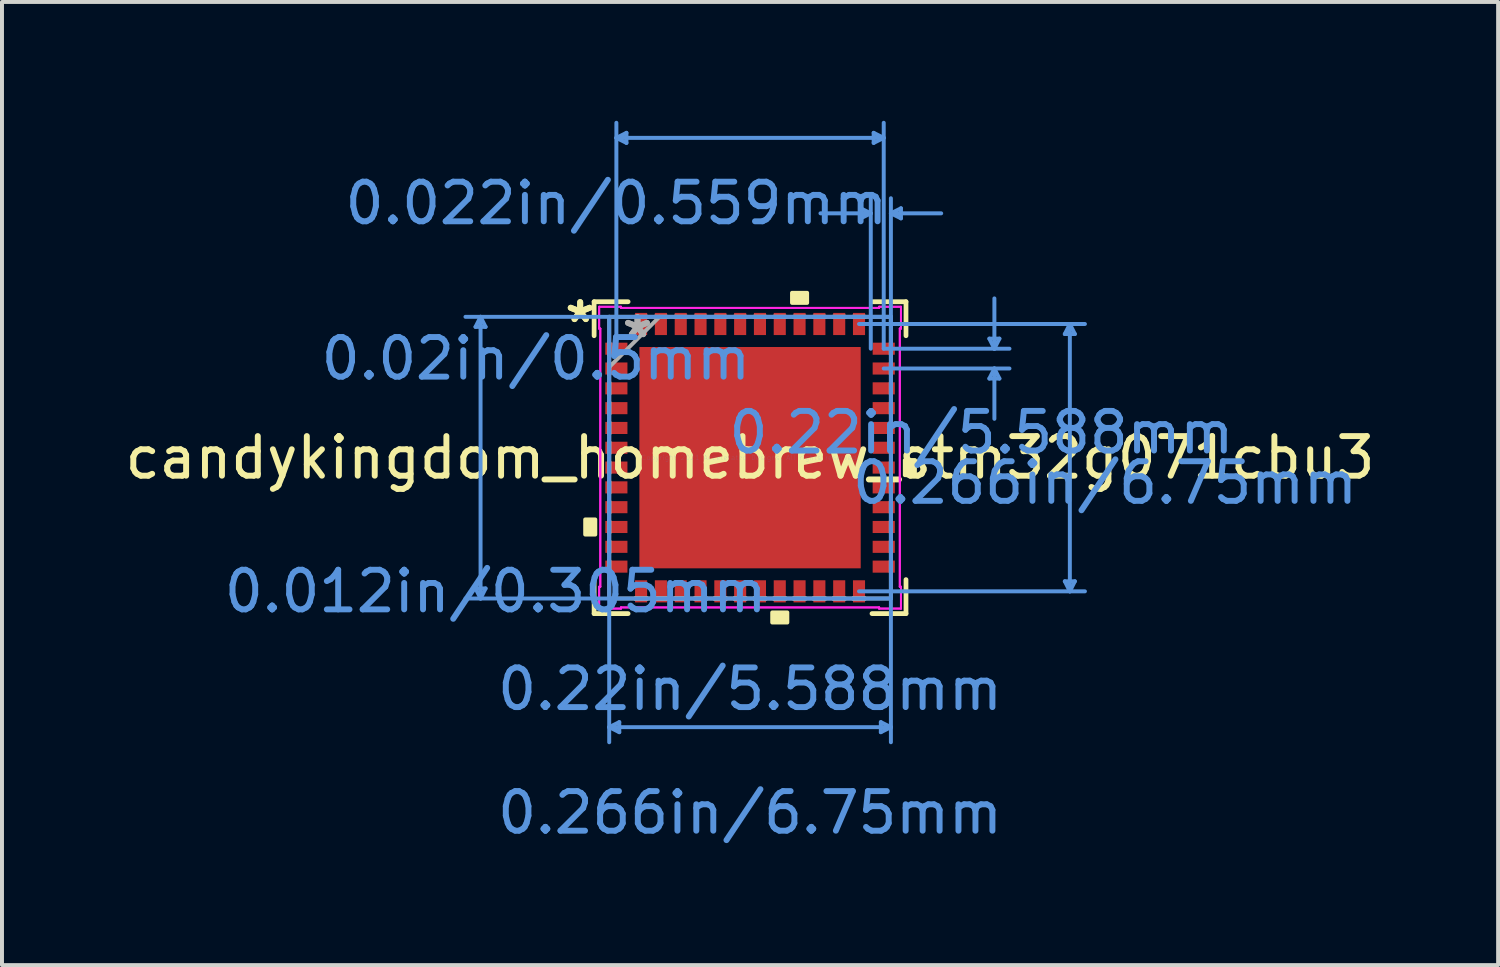
<source format=kicad_pcb>
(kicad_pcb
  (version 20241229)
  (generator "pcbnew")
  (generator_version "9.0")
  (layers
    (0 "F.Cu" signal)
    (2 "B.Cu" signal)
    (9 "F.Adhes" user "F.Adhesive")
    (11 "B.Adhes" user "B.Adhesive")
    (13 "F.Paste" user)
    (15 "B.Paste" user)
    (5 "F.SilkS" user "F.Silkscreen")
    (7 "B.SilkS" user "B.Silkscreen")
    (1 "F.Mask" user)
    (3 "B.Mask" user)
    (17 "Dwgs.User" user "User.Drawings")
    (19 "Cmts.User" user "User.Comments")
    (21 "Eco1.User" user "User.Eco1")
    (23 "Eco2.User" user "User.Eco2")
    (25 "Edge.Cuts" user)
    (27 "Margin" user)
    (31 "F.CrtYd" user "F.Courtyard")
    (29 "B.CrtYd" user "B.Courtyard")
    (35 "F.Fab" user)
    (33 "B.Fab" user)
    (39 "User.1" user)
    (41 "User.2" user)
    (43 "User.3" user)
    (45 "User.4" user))
  (footprint "candykingdom_homebrew_stm32g071cbu3"
    (layer "F.Cu")
    (at 15.887 8.505)
    (property "Reference" "candykingdom_homebrew_stm32g071cbu3" (at 0 0 0) (layer "F.SilkS") (effects (font (size 1 1) (thickness 0.15))))
    (attr through_hole)
    (fp_poly (pts (xy -3.654 -2.903) (xy -3.654 -2.598) (xy -3.096 -2.598) (xy -3.096 -2.903)) (stroke (width 0.1) (type solid)) (fill yes) (layer "F.Mask"))
    (fp_poly (pts (xy -3.654 -2.403) (xy -3.654 -2.098) (xy -3.096 -2.098) (xy -3.096 -2.403)) (stroke (width 0.1) (type solid)) (fill yes) (layer "F.Mask"))
    (fp_poly (pts (xy -3.654 -1.903) (xy -3.654 -1.598) (xy -3.096 -1.598) (xy -3.096 -1.903)) (stroke (width 0.1) (type solid)) (fill yes) (layer "F.Mask"))
    (fp_poly (pts (xy -3.654 -1.403) (xy -3.654 -1.098) (xy -3.096 -1.098) (xy -3.096 -1.403)) (stroke (width 0.1) (type solid)) (fill yes) (layer "F.Mask"))
    (fp_poly (pts (xy -3.654 -0.903) (xy -3.654 -0.598) (xy -3.096 -0.598) (xy -3.096 -0.903)) (stroke (width 0.1) (type solid)) (fill yes) (layer "F.Mask"))
    (fp_poly (pts (xy -3.654 -0.402) (xy -3.654 -0.098) (xy -3.096 -0.098) (xy -3.096 -0.402)) (stroke (width 0.1) (type solid)) (fill yes) (layer "F.Mask"))
    (fp_poly (pts (xy -3.654 0.098) (xy -3.654 0.402) (xy -3.096 0.402) (xy -3.096 0.098)) (stroke (width 0.1) (type solid)) (fill yes) (layer "F.Mask"))
    (fp_poly (pts (xy -3.654 0.598) (xy -3.654 0.903) (xy -3.096 0.903) (xy -3.096 0.598)) (stroke (width 0.1) (type solid)) (fill yes) (layer "F.Mask"))
    (fp_poly (pts (xy -3.654 1.098) (xy -3.654 1.403) (xy -3.096 1.403) (xy -3.096 1.098)) (stroke (width 0.1) (type solid)) (fill yes) (layer "F.Mask"))
    (fp_poly (pts (xy -3.654 1.598) (xy -3.654 1.903) (xy -3.096 1.903) (xy -3.096 1.598)) (stroke (width 0.1) (type solid)) (fill yes) (layer "F.Mask"))
    (fp_poly (pts (xy -3.654 2.098) (xy -3.654 2.403) (xy -3.096 2.403) (xy -3.096 2.098)) (stroke (width 0.1) (type solid)) (fill yes) (layer "F.Mask"))
    (fp_poly (pts (xy -3.654 2.598) (xy -3.654 2.903) (xy -3.096 2.903) (xy -3.096 2.598)) (stroke (width 0.1) (type solid)) (fill yes) (layer "F.Mask"))
    (fp_poly (pts (xy -2.903 -3.654) (xy -2.903 -3.096) (xy -2.598 -3.096) (xy -2.598 -3.654)) (stroke (width 0.1) (type solid)) (fill yes) (layer "F.Mask"))
    (fp_poly (pts (xy -2.903 3.096) (xy -2.903 3.654) (xy -2.598 3.654) (xy -2.598 3.096)) (stroke (width 0.1) (type solid)) (fill yes) (layer "F.Mask"))
    (fp_poly (pts (xy -2.403 -3.654) (xy -2.403 -3.096) (xy -2.098 -3.096) (xy -2.098 -3.654)) (stroke (width 0.1) (type solid)) (fill yes) (layer "F.Mask"))
    (fp_poly (pts (xy -2.403 3.096) (xy -2.403 3.654) (xy -2.098 3.654) (xy -2.098 3.096)) (stroke (width 0.1) (type solid)) (fill yes) (layer "F.Mask"))
    (fp_poly (pts (xy -1.903 -3.654) (xy -1.903 -3.096) (xy -1.598 -3.096) (xy -1.598 -3.654)) (stroke (width 0.1) (type solid)) (fill yes) (layer "F.Mask"))
    (fp_poly (pts (xy -1.903 3.096) (xy -1.903 3.654) (xy -1.598 3.654) (xy -1.598 3.096)) (stroke (width 0.1) (type solid)) (fill yes) (layer "F.Mask"))
    (fp_poly (pts (xy -1.403 -3.654) (xy -1.403 -3.096) (xy -1.098 -3.096) (xy -1.098 -3.654)) (stroke (width 0.1) (type solid)) (fill yes) (layer "F.Mask"))
    (fp_poly (pts (xy -1.403 3.096) (xy -1.403 3.654) (xy -1.098 3.654) (xy -1.098 3.096)) (stroke (width 0.1) (type solid)) (fill yes) (layer "F.Mask"))
    (fp_poly (pts (xy -0.903 -3.654) (xy -0.903 -3.096) (xy -0.598 -3.096) (xy -0.598 -3.654)) (stroke (width 0.1) (type solid)) (fill yes) (layer "F.Mask"))
    (fp_poly (pts (xy -0.903 3.096) (xy -0.903 3.654) (xy -0.598 3.654) (xy -0.598 3.096)) (stroke (width 0.1) (type solid)) (fill yes) (layer "F.Mask"))
    (fp_poly (pts (xy -0.402 -3.654) (xy -0.402 -3.096) (xy -0.098 -3.096) (xy -0.098 -3.654)) (stroke (width 0.1) (type solid)) (fill yes) (layer "F.Mask"))
    (fp_poly (pts (xy -0.402 3.096) (xy -0.402 3.654) (xy -0.098 3.654) (xy -0.098 3.096)) (stroke (width 0.1) (type solid)) (fill yes) (layer "F.Mask"))
    (fp_poly (pts (xy 0.098 -3.654) (xy 0.098 -3.096) (xy 0.402 -3.096) (xy 0.402 -3.654)) (stroke (width 0.1) (type solid)) (fill yes) (layer "F.Mask"))
    (fp_poly (pts (xy 0.098 3.096) (xy 0.098 3.654) (xy 0.402 3.654) (xy 0.402 3.096)) (stroke (width 0.1) (type solid)) (fill yes) (layer "F.Mask"))
    (fp_poly (pts (xy 0.598 -3.654) (xy 0.598 -3.096) (xy 0.903 -3.096) (xy 0.903 -3.654)) (stroke (width 0.1) (type solid)) (fill yes) (layer "F.Mask"))
    (fp_poly (pts (xy 0.598 3.096) (xy 0.598 3.654) (xy 0.903 3.654) (xy 0.903 3.096)) (stroke (width 0.1) (type solid)) (fill yes) (layer "F.Mask"))
    (fp_poly (pts (xy 1.098 -3.654) (xy 1.098 -3.096) (xy 1.403 -3.096) (xy 1.403 -3.654)) (stroke (width 0.1) (type solid)) (fill yes) (layer "F.Mask"))
    (fp_poly (pts (xy 1.098 3.096) (xy 1.098 3.654) (xy 1.403 3.654) (xy 1.403 3.096)) (stroke (width 0.1) (type solid)) (fill yes) (layer "F.Mask"))
    (fp_poly (pts (xy 1.598 -3.654) (xy 1.598 -3.096) (xy 1.903 -3.096) (xy 1.903 -3.654)) (stroke (width 0.1) (type solid)) (fill yes) (layer "F.Mask"))
    (fp_poly (pts (xy 1.598 3.096) (xy 1.598 3.654) (xy 1.903 3.654) (xy 1.903 3.096)) (stroke (width 0.1) (type solid)) (fill yes) (layer "F.Mask"))
    (fp_poly (pts (xy 2.098 -3.654) (xy 2.098 -3.096) (xy 2.403 -3.096) (xy 2.403 -3.654)) (stroke (width 0.1) (type solid)) (fill yes) (layer "F.Mask"))
    (fp_poly (pts (xy 2.098 3.096) (xy 2.098 3.654) (xy 2.403 3.654) (xy 2.403 3.096)) (stroke (width 0.1) (type solid)) (fill yes) (layer "F.Mask"))
    (fp_poly (pts (xy 2.598 -3.654) (xy 2.598 -3.096) (xy 2.903 -3.096) (xy 2.903 -3.654)) (stroke (width 0.1) (type solid)) (fill yes) (layer "F.Mask"))
    (fp_poly (pts (xy 2.598 3.096) (xy 2.598 3.654) (xy 2.903 3.654) (xy 2.903 3.096)) (stroke (width 0.1) (type solid)) (fill yes) (layer "F.Mask"))
    (fp_poly (pts (xy 3.096 -2.903) (xy 3.096 -2.598) (xy 3.654 -2.598) (xy 3.654 -2.903)) (stroke (width 0.1) (type solid)) (fill yes) (layer "F.Mask"))
    (fp_poly (pts (xy 3.096 -2.403) (xy 3.096 -2.098) (xy 3.654 -2.098) (xy 3.654 -2.403)) (stroke (width 0.1) (type solid)) (fill yes) (layer "F.Mask"))
    (fp_poly (pts (xy 3.096 -1.903) (xy 3.096 -1.598) (xy 3.654 -1.598) (xy 3.654 -1.903)) (stroke (width 0.1) (type solid)) (fill yes) (layer "F.Mask"))
    (fp_poly (pts (xy 3.096 -1.403) (xy 3.096 -1.098) (xy 3.654 -1.098) (xy 3.654 -1.403)) (stroke (width 0.1) (type solid)) (fill yes) (layer "F.Mask"))
    (fp_poly (pts (xy 3.096 -0.903) (xy 3.096 -0.598) (xy 3.654 -0.598) (xy 3.654 -0.903)) (stroke (width 0.1) (type solid)) (fill yes) (layer "F.Mask"))
    (fp_poly (pts (xy 3.096 -0.402) (xy 3.096 -0.098) (xy 3.654 -0.098) (xy 3.654 -0.402)) (stroke (width 0.1) (type solid)) (fill yes) (layer "F.Mask"))
    (fp_poly (pts (xy 3.096 0.098) (xy 3.096 0.402) (xy 3.654 0.402) (xy 3.654 0.098)) (stroke (width 0.1) (type solid)) (fill yes) (layer "F.Mask"))
    (fp_poly (pts (xy 3.096 0.598) (xy 3.096 0.903) (xy 3.654 0.903) (xy 3.654 0.598)) (stroke (width 0.1) (type solid)) (fill yes) (layer "F.Mask"))
    (fp_poly (pts (xy 3.096 1.098) (xy 3.096 1.403) (xy 3.654 1.403) (xy 3.654 1.098)) (stroke (width 0.1) (type solid)) (fill yes) (layer "F.Mask"))
    (fp_poly (pts (xy 3.096 1.598) (xy 3.096 1.903) (xy 3.654 1.903) (xy 3.654 1.598)) (stroke (width 0.1) (type solid)) (fill yes) (layer "F.Mask"))
    (fp_poly (pts (xy 3.096 2.098) (xy 3.096 2.403) (xy 3.654 2.403) (xy 3.654 2.098)) (stroke (width 0.1) (type solid)) (fill yes) (layer "F.Mask"))
    (fp_poly (pts (xy 3.096 2.598) (xy 3.096 2.903) (xy 3.654 2.903) (xy 3.654 2.598)) (stroke (width 0.1) (type solid)) (fill yes) (layer "F.Mask"))
    (fp_line (start -3.937 -3.937) (end -3.937 -3.079) (stroke (width 0.12) (type solid)) (layer "F.SilkS"))
    (fp_line (start -3.937 3.079) (end -3.937 3.937) (stroke (width 0.12) (type solid)) (layer "F.SilkS"))
    (fp_line (start -3.937 3.937) (end -3.079 3.937) (stroke (width 0.12) (type solid)) (layer "F.SilkS"))
    (fp_line (start -3.079 -3.937) (end -3.937 -3.937) (stroke (width 0.12) (type solid)) (layer "F.SilkS"))
    (fp_line (start 3.079 3.937) (end 3.937 3.937) (stroke (width 0.12) (type solid)) (layer "F.SilkS"))
    (fp_line (start 3.937 -3.937) (end 3.079 -3.937) (stroke (width 0.12) (type solid)) (layer "F.SilkS"))
    (fp_line (start 3.937 -3.079) (end 3.937 -3.937) (stroke (width 0.12) (type solid)) (layer "F.SilkS"))
    (fp_line (start 3.937 3.937) (end 3.937 3.079) (stroke (width 0.12) (type solid)) (layer "F.SilkS"))
    (fp_poly (pts (xy -4.162 1.56) (xy -4.162 1.941) (xy -3.908 1.941) (xy -3.908 1.56)) (stroke (width 0.1) (type solid)) (fill yes) (layer "F.SilkS"))
    (fp_poly (pts (xy 0.56 3.908) (xy 0.56 4.162) (xy 0.941 4.162) (xy 0.941 3.908)) (stroke (width 0.1) (type solid)) (fill yes) (layer "F.SilkS"))
    (fp_poly (pts (xy 1.06 -3.908) (xy 1.06 -4.162) (xy 1.441 -4.162) (xy 1.441 -3.908)) (stroke (width 0.1) (type solid)) (fill yes) (layer "F.SilkS"))
    (fp_poly (pts (xy 4.162 0.06) (xy 4.162 0.441) (xy 3.908 0.441) (xy 3.908 0.06)) (stroke (width 0.1) (type solid)) (fill yes) (layer "F.SilkS"))
    (fp_poly (pts (xy -3.654 -2.903) (xy -3.654 -2.598) (xy -3.096 -2.598) (xy -3.096 -2.903)) (stroke (width 0.1) (type solid)) (fill yes) (layer "F.Paste"))
    (fp_poly (pts (xy -3.654 -2.403) (xy -3.654 -2.098) (xy -3.096 -2.098) (xy -3.096 -2.403)) (stroke (width 0.1) (type solid)) (fill yes) (layer "F.Paste"))
    (fp_poly (pts (xy -3.654 -1.903) (xy -3.654 -1.598) (xy -3.096 -1.598) (xy -3.096 -1.903)) (stroke (width 0.1) (type solid)) (fill yes) (layer "F.Paste"))
    (fp_poly (pts (xy -3.654 -1.403) (xy -3.654 -1.098) (xy -3.096 -1.098) (xy -3.096 -1.403)) (stroke (width 0.1) (type solid)) (fill yes) (layer "F.Paste"))
    (fp_poly (pts (xy -3.654 -0.903) (xy -3.654 -0.598) (xy -3.096 -0.598) (xy -3.096 -0.903)) (stroke (width 0.1) (type solid)) (fill yes) (layer "F.Paste"))
    (fp_poly (pts (xy -3.654 -0.402) (xy -3.654 -0.098) (xy -3.096 -0.098) (xy -3.096 -0.402)) (stroke (width 0.1) (type solid)) (fill yes) (layer "F.Paste"))
    (fp_poly (pts (xy -3.654 0.098) (xy -3.654 0.402) (xy -3.096 0.402) (xy -3.096 0.098)) (stroke (width 0.1) (type solid)) (fill yes) (layer "F.Paste"))
    (fp_poly (pts (xy -3.654 0.598) (xy -3.654 0.903) (xy -3.096 0.903) (xy -3.096 0.598)) (stroke (width 0.1) (type solid)) (fill yes) (layer "F.Paste"))
    (fp_poly (pts (xy -3.654 1.098) (xy -3.654 1.403) (xy -3.096 1.403) (xy -3.096 1.098)) (stroke (width 0.1) (type solid)) (fill yes) (layer "F.Paste"))
    (fp_poly (pts (xy -3.654 1.598) (xy -3.654 1.903) (xy -3.096 1.903) (xy -3.096 1.598)) (stroke (width 0.1) (type solid)) (fill yes) (layer "F.Paste"))
    (fp_poly (pts (xy -3.654 2.098) (xy -3.654 2.403) (xy -3.096 2.403) (xy -3.096 2.098)) (stroke (width 0.1) (type solid)) (fill yes) (layer "F.Paste"))
    (fp_poly (pts (xy -3.654 2.598) (xy -3.654 2.903) (xy -3.096 2.903) (xy -3.096 2.598)) (stroke (width 0.1) (type solid)) (fill yes) (layer "F.Paste"))
    (fp_poly (pts (xy -2.903 -3.654) (xy -2.903 -3.096) (xy -2.598 -3.096) (xy -2.598 -3.654)) (stroke (width 0.1) (type solid)) (fill yes) (layer "F.Paste"))
    (fp_poly (pts (xy -2.903 3.096) (xy -2.903 3.654) (xy -2.598 3.654) (xy -2.598 3.096)) (stroke (width 0.1) (type solid)) (fill yes) (layer "F.Paste"))
    (fp_poly (pts (xy -2.694 -2.694) (xy -2.694 -1.497) (xy -1.497 -1.497) (xy -1.497 -2.694)) (stroke (width 0.1) (type solid)) (fill yes) (layer "F.Paste"))
    (fp_poly (pts (xy -2.694 -1.297) (xy -2.694 -0.1) (xy -1.497 -0.1) (xy -1.497 -1.297)) (stroke (width 0.1) (type solid)) (fill yes) (layer "F.Paste"))
    (fp_poly (pts (xy -2.694 0.1) (xy -2.694 1.297) (xy -1.497 1.297) (xy -1.497 0.1)) (stroke (width 0.1) (type solid)) (fill yes) (layer "F.Paste"))
    (fp_poly (pts (xy -2.694 1.497) (xy -2.694 2.694) (xy -1.497 2.694) (xy -1.497 1.497)) (stroke (width 0.1) (type solid)) (fill yes) (layer "F.Paste"))
    (fp_poly (pts (xy -2.403 -3.654) (xy -2.403 -3.096) (xy -2.098 -3.096) (xy -2.098 -3.654)) (stroke (width 0.1) (type solid)) (fill yes) (layer "F.Paste"))
    (fp_poly (pts (xy -2.403 3.096) (xy -2.403 3.654) (xy -2.098 3.654) (xy -2.098 3.096)) (stroke (width 0.1) (type solid)) (fill yes) (layer "F.Paste"))
    (fp_poly (pts (xy -1.903 -3.654) (xy -1.903 -3.096) (xy -1.598 -3.096) (xy -1.598 -3.654)) (stroke (width 0.1) (type solid)) (fill yes) (layer "F.Paste"))
    (fp_poly (pts (xy -1.903 3.096) (xy -1.903 3.654) (xy -1.598 3.654) (xy -1.598 3.096)) (stroke (width 0.1) (type solid)) (fill yes) (layer "F.Paste"))
    (fp_poly (pts (xy -1.403 -3.654) (xy -1.403 -3.096) (xy -1.098 -3.096) (xy -1.098 -3.654)) (stroke (width 0.1) (type solid)) (fill yes) (layer "F.Paste"))
    (fp_poly (pts (xy -1.403 3.096) (xy -1.403 3.654) (xy -1.098 3.654) (xy -1.098 3.096)) (stroke (width 0.1) (type solid)) (fill yes) (layer "F.Paste"))
    (fp_poly (pts (xy -1.297 -2.694) (xy -1.297 -1.497) (xy -0.1 -1.497) (xy -0.1 -2.694)) (stroke (width 0.1) (type solid)) (fill yes) (layer "F.Paste"))
    (fp_poly (pts (xy -1.297 -1.297) (xy -1.297 -0.1) (xy -0.1 -0.1) (xy -0.1 -1.297)) (stroke (width 0.1) (type solid)) (fill yes) (layer "F.Paste"))
    (fp_poly (pts (xy -1.297 0.1) (xy -1.297 1.297) (xy -0.1 1.297) (xy -0.1 0.1)) (stroke (width 0.1) (type solid)) (fill yes) (layer "F.Paste"))
    (fp_poly (pts (xy -1.297 1.497) (xy -1.297 2.694) (xy -0.1 2.694) (xy -0.1 1.497)) (stroke (width 0.1) (type solid)) (fill yes) (layer "F.Paste"))
    (fp_poly (pts (xy -0.903 -3.654) (xy -0.903 -3.096) (xy -0.598 -3.096) (xy -0.598 -3.654)) (stroke (width 0.1) (type solid)) (fill yes) (layer "F.Paste"))
    (fp_poly (pts (xy -0.903 3.096) (xy -0.903 3.654) (xy -0.598 3.654) (xy -0.598 3.096)) (stroke (width 0.1) (type solid)) (fill yes) (layer "F.Paste"))
    (fp_poly (pts (xy -0.402 -3.654) (xy -0.402 -3.096) (xy -0.098 -3.096) (xy -0.098 -3.654)) (stroke (width 0.1) (type solid)) (fill yes) (layer "F.Paste"))
    (fp_poly (pts (xy -0.402 3.096) (xy -0.402 3.654) (xy -0.098 3.654) (xy -0.098 3.096)) (stroke (width 0.1) (type solid)) (fill yes) (layer "F.Paste"))
    (fp_poly (pts (xy 0.098 -3.654) (xy 0.098 -3.096) (xy 0.402 -3.096) (xy 0.402 -3.654)) (stroke (width 0.1) (type solid)) (fill yes) (layer "F.Paste"))
    (fp_poly (pts (xy 0.098 3.096) (xy 0.098 3.654) (xy 0.402 3.654) (xy 0.402 3.096)) (stroke (width 0.1) (type solid)) (fill yes) (layer "F.Paste"))
    (fp_poly (pts (xy 0.1 -2.694) (xy 0.1 -1.497) (xy 1.297 -1.497) (xy 1.297 -2.694)) (stroke (width 0.1) (type solid)) (fill yes) (layer "F.Paste"))
    (fp_poly (pts (xy 0.1 -1.297) (xy 0.1 -0.1) (xy 1.297 -0.1) (xy 1.297 -1.297)) (stroke (width 0.1) (type solid)) (fill yes) (layer "F.Paste"))
    (fp_poly (pts (xy 0.1 0.1) (xy 0.1 1.297) (xy 1.297 1.297) (xy 1.297 0.1)) (stroke (width 0.1) (type solid)) (fill yes) (layer "F.Paste"))
    (fp_poly (pts (xy 0.1 1.497) (xy 0.1 2.694) (xy 1.297 2.694) (xy 1.297 1.497)) (stroke (width 0.1) (type solid)) (fill yes) (layer "F.Paste"))
    (fp_poly (pts (xy 0.598 -3.654) (xy 0.598 -3.096) (xy 0.903 -3.096) (xy 0.903 -3.654)) (stroke (width 0.1) (type solid)) (fill yes) (layer "F.Paste"))
    (fp_poly (pts (xy 0.598 3.096) (xy 0.598 3.654) (xy 0.903 3.654) (xy 0.903 3.096)) (stroke (width 0.1) (type solid)) (fill yes) (layer "F.Paste"))
    (fp_poly (pts (xy 1.098 -3.654) (xy 1.098 -3.096) (xy 1.403 -3.096) (xy 1.403 -3.654)) (stroke (width 0.1) (type solid)) (fill yes) (layer "F.Paste"))
    (fp_poly (pts (xy 1.098 3.096) (xy 1.098 3.654) (xy 1.403 3.654) (xy 1.403 3.096)) (stroke (width 0.1) (type solid)) (fill yes) (layer "F.Paste"))
    (fp_poly (pts (xy 1.497 -2.694) (xy 1.497 -1.497) (xy 2.694 -1.497) (xy 2.694 -2.694)) (stroke (width 0.1) (type solid)) (fill yes) (layer "F.Paste"))
    (fp_poly (pts (xy 1.497 -1.297) (xy 1.497 -0.1) (xy 2.694 -0.1) (xy 2.694 -1.297)) (stroke (width 0.1) (type solid)) (fill yes) (layer "F.Paste"))
    (fp_poly (pts (xy 1.497 0.1) (xy 1.497 1.297) (xy 2.694 1.297) (xy 2.694 0.1)) (stroke (width 0.1) (type solid)) (fill yes) (layer "F.Paste"))
    (fp_poly (pts (xy 1.497 1.497) (xy 1.497 2.694) (xy 2.694 2.694) (xy 2.694 1.497)) (stroke (width 0.1) (type solid)) (fill yes) (layer "F.Paste"))
    (fp_poly (pts (xy 1.598 -3.654) (xy 1.598 -3.096) (xy 1.903 -3.096) (xy 1.903 -3.654)) (stroke (width 0.1) (type solid)) (fill yes) (layer "F.Paste"))
    (fp_poly (pts (xy 1.598 3.096) (xy 1.598 3.654) (xy 1.903 3.654) (xy 1.903 3.096)) (stroke (width 0.1) (type solid)) (fill yes) (layer "F.Paste"))
    (fp_poly (pts (xy 2.098 -3.654) (xy 2.098 -3.096) (xy 2.403 -3.096) (xy 2.403 -3.654)) (stroke (width 0.1) (type solid)) (fill yes) (layer "F.Paste"))
    (fp_poly (pts (xy 2.098 3.096) (xy 2.098 3.654) (xy 2.403 3.654) (xy 2.403 3.096)) (stroke (width 0.1) (type solid)) (fill yes) (layer "F.Paste"))
    (fp_poly (pts (xy 2.598 -3.654) (xy 2.598 -3.096) (xy 2.903 -3.096) (xy 2.903 -3.654)) (stroke (width 0.1) (type solid)) (fill yes) (layer "F.Paste"))
    (fp_poly (pts (xy 2.598 3.096) (xy 2.598 3.654) (xy 2.903 3.654) (xy 2.903 3.096)) (stroke (width 0.1) (type solid)) (fill yes) (layer "F.Paste"))
    (fp_poly (pts (xy 3.096 -2.903) (xy 3.096 -2.598) (xy 3.654 -2.598) (xy 3.654 -2.903)) (stroke (width 0.1) (type solid)) (fill yes) (layer "F.Paste"))
    (fp_poly (pts (xy 3.096 -2.403) (xy 3.096 -2.098) (xy 3.654 -2.098) (xy 3.654 -2.403)) (stroke (width 0.1) (type solid)) (fill yes) (layer "F.Paste"))
    (fp_poly (pts (xy 3.096 -1.903) (xy 3.096 -1.598) (xy 3.654 -1.598) (xy 3.654 -1.903)) (stroke (width 0.1) (type solid)) (fill yes) (layer "F.Paste"))
    (fp_poly (pts (xy 3.096 -1.403) (xy 3.096 -1.098) (xy 3.654 -1.098) (xy 3.654 -1.403)) (stroke (width 0.1) (type solid)) (fill yes) (layer "F.Paste"))
    (fp_poly (pts (xy 3.096 -0.903) (xy 3.096 -0.598) (xy 3.654 -0.598) (xy 3.654 -0.903)) (stroke (width 0.1) (type solid)) (fill yes) (layer "F.Paste"))
    (fp_poly (pts (xy 3.096 -0.402) (xy 3.096 -0.098) (xy 3.654 -0.098) (xy 3.654 -0.402)) (stroke (width 0.1) (type solid)) (fill yes) (layer "F.Paste"))
    (fp_poly (pts (xy 3.096 0.098) (xy 3.096 0.402) (xy 3.654 0.402) (xy 3.654 0.098)) (stroke (width 0.1) (type solid)) (fill yes) (layer "F.Paste"))
    (fp_poly (pts (xy 3.096 0.598) (xy 3.096 0.903) (xy 3.654 0.903) (xy 3.654 0.598)) (stroke (width 0.1) (type solid)) (fill yes) (layer "F.Paste"))
    (fp_poly (pts (xy 3.096 1.098) (xy 3.096 1.403) (xy 3.654 1.403) (xy 3.654 1.098)) (stroke (width 0.1) (type solid)) (fill yes) (layer "F.Paste"))
    (fp_poly (pts (xy 3.096 1.598) (xy 3.096 1.903) (xy 3.654 1.903) (xy 3.654 1.598)) (stroke (width 0.1) (type solid)) (fill yes) (layer "F.Paste"))
    (fp_poly (pts (xy 3.096 2.098) (xy 3.096 2.403) (xy 3.654 2.403) (xy 3.654 2.098)) (stroke (width 0.1) (type solid)) (fill yes) (layer "F.Paste"))
    (fp_poly (pts (xy 3.096 2.598) (xy 3.096 2.903) (xy 3.654 2.903) (xy 3.654 2.598)) (stroke (width 0.1) (type solid)) (fill yes) (layer "F.Paste"))
    (fp_line (start -6.931 -3.302) (end -6.677 -3.302) (stroke (width 0.1) (type solid)) (layer "Cmts.User"))
    (fp_line (start -6.931 3.302) (end -6.677 3.302) (stroke (width 0.1) (type solid)) (layer "Cmts.User"))
    (fp_line (start -6.804 -3.556) (end -6.931 -3.302) (stroke (width 0.1) (type solid)) (layer "Cmts.User"))
    (fp_line (start -6.804 -3.556) (end -6.804 3.556) (stroke (width 0.1) (type solid)) (layer "Cmts.User"))
    (fp_line (start -6.804 -3.556) (end -6.677 -3.302) (stroke (width 0.1) (type solid)) (layer "Cmts.User"))
    (fp_line (start -6.804 3.556) (end -6.931 3.302) (stroke (width 0.1) (type solid)) (layer "Cmts.User"))
    (fp_line (start -6.804 3.556) (end -6.677 3.302) (stroke (width 0.1) (type solid)) (layer "Cmts.User"))
    (fp_line (start -3.556 -3.556) (end -3.556 7.185) (stroke (width 0.1) (type solid)) (layer "Cmts.User"))
    (fp_line (start -3.556 6.804) (end -3.302 6.677) (stroke (width 0.1) (type solid)) (layer "Cmts.User"))
    (fp_line (start -3.556 6.804) (end -3.302 6.931) (stroke (width 0.1) (type solid)) (layer "Cmts.User"))
    (fp_line (start -3.556 6.804) (end 3.556 6.804) (stroke (width 0.1) (type solid)) (layer "Cmts.User"))
    (fp_line (start -3.375 -8.074) (end -3.121 -8.201) (stroke (width 0.1) (type solid)) (layer "Cmts.User"))
    (fp_line (start -3.375 -8.074) (end -3.121 -7.947) (stroke (width 0.1) (type solid)) (layer "Cmts.User"))
    (fp_line (start -3.375 -8.074) (end 3.375 -8.074) (stroke (width 0.1) (type solid)) (layer "Cmts.User"))
    (fp_line (start -3.375 -2.751) (end -3.375 -8.455) (stroke (width 0.1) (type solid)) (layer "Cmts.User"))
    (fp_line (start -3.302 6.677) (end -3.302 6.931) (stroke (width 0.1) (type solid)) (layer "Cmts.User"))
    (fp_line (start -3.121 -8.201) (end -3.121 -7.947) (stroke (width 0.1) (type solid)) (layer "Cmts.User"))
    (fp_line (start 2.751 -3.375) (end 8.455 -3.375) (stroke (width 0.1) (type solid)) (layer "Cmts.User"))
    (fp_line (start 2.751 3.375) (end 8.455 3.375) (stroke (width 0.1) (type solid)) (layer "Cmts.User"))
    (fp_line (start 2.794 -6.296) (end 2.794 -6.042) (stroke (width 0.1) (type solid)) (layer "Cmts.User"))
    (fp_line (start 3.048 -6.169) (end 1.778 -6.169) (stroke (width 0.1) (type solid)) (layer "Cmts.User"))
    (fp_line (start 3.048 -6.169) (end 2.794 -6.296) (stroke (width 0.1) (type solid)) (layer "Cmts.User"))
    (fp_line (start 3.048 -6.169) (end 2.794 -6.042) (stroke (width 0.1) (type solid)) (layer "Cmts.User"))
    (fp_line (start 3.048 -2.751) (end 3.048 -6.55) (stroke (width 0.1) (type solid)) (layer "Cmts.User"))
    (fp_line (start 3.121 -8.201) (end 3.121 -7.947) (stroke (width 0.1) (type solid)) (layer "Cmts.User"))
    (fp_line (start 3.302 6.677) (end 3.302 6.931) (stroke (width 0.1) (type solid)) (layer "Cmts.User"))
    (fp_line (start 3.375 -8.074) (end 3.121 -8.201) (stroke (width 0.1) (type solid)) (layer "Cmts.User"))
    (fp_line (start 3.375 -8.074) (end 3.121 -7.947) (stroke (width 0.1) (type solid)) (layer "Cmts.User"))
    (fp_line (start 3.375 -2.751) (end 3.375 -8.455) (stroke (width 0.1) (type solid)) (layer "Cmts.User"))
    (fp_line (start 3.375 -2.751) (end 6.55 -2.751) (stroke (width 0.1) (type solid)) (layer "Cmts.User"))
    (fp_line (start 3.375 -2.251) (end 6.55 -2.251) (stroke (width 0.1) (type solid)) (layer "Cmts.User"))
    (fp_line (start 3.556 -6.169) (end 3.81 -6.296) (stroke (width 0.1) (type solid)) (layer "Cmts.User"))
    (fp_line (start 3.556 -6.169) (end 3.81 -6.042) (stroke (width 0.1) (type solid)) (layer "Cmts.User"))
    (fp_line (start 3.556 -6.169) (end 4.826 -6.169) (stroke (width 0.1) (type solid)) (layer "Cmts.User"))
    (fp_line (start 3.556 -3.556) (end -7.185 -3.556) (stroke (width 0.1) (type solid)) (layer "Cmts.User"))
    (fp_line (start 3.556 -3.556) (end 3.556 7.185) (stroke (width 0.1) (type solid)) (layer "Cmts.User"))
    (fp_line (start 3.556 -2.751) (end 3.556 -6.55) (stroke (width 0.1) (type solid)) (layer "Cmts.User"))
    (fp_line (start 3.556 3.556) (end -7.185 3.556) (stroke (width 0.1) (type solid)) (layer "Cmts.User"))
    (fp_line (start 3.556 6.804) (end 3.302 6.677) (stroke (width 0.1) (type solid)) (layer "Cmts.User"))
    (fp_line (start 3.556 6.804) (end 3.302 6.931) (stroke (width 0.1) (type solid)) (layer "Cmts.User"))
    (fp_line (start 3.81 -6.296) (end 3.81 -6.042) (stroke (width 0.1) (type solid)) (layer "Cmts.User"))
    (fp_line (start 6.042 -3.005) (end 6.296 -3.005) (stroke (width 0.1) (type solid)) (layer "Cmts.User"))
    (fp_line (start 6.042 -1.997) (end 6.296 -1.997) (stroke (width 0.1) (type solid)) (layer "Cmts.User"))
    (fp_line (start 6.169 -2.751) (end 6.042 -3.005) (stroke (width 0.1) (type solid)) (layer "Cmts.User"))
    (fp_line (start 6.169 -2.751) (end 6.169 -4.021) (stroke (width 0.1) (type solid)) (layer "Cmts.User"))
    (fp_line (start 6.169 -2.751) (end 6.296 -3.005) (stroke (width 0.1) (type solid)) (layer "Cmts.User"))
    (fp_line (start 6.169 -2.251) (end 6.042 -1.997) (stroke (width 0.1) (type solid)) (layer "Cmts.User"))
    (fp_line (start 6.169 -2.251) (end 6.169 -0.981) (stroke (width 0.1) (type solid)) (layer "Cmts.User"))
    (fp_line (start 6.169 -2.251) (end 6.296 -1.997) (stroke (width 0.1) (type solid)) (layer "Cmts.User"))
    (fp_line (start 7.947 -3.121) (end 8.201 -3.121) (stroke (width 0.1) (type solid)) (layer "Cmts.User"))
    (fp_line (start 7.947 3.121) (end 8.201 3.121) (stroke (width 0.1) (type solid)) (layer "Cmts.User"))
    (fp_line (start 8.074 -3.375) (end 7.947 -3.121) (stroke (width 0.1) (type solid)) (layer "Cmts.User"))
    (fp_line (start 8.074 -3.375) (end 8.074 3.375) (stroke (width 0.1) (type solid)) (layer "Cmts.User"))
    (fp_line (start 8.074 -3.375) (end 8.201 -3.121) (stroke (width 0.1) (type solid)) (layer "Cmts.User"))
    (fp_line (start 8.074 3.375) (end 7.947 3.121) (stroke (width 0.1) (type solid)) (layer "Cmts.User"))
    (fp_line (start 8.074 3.375) (end 8.201 3.121) (stroke (width 0.1) (type solid)) (layer "Cmts.User"))
    (fp_line (start -3.81 -3.81) (end -3.259 -3.81) (stroke (width 0.05) (type solid)) (layer "F.CrtYd"))
    (fp_line (start -3.81 -3.81) (end -3.259 -3.81) (stroke (width 0.05) (type solid)) (layer "F.CrtYd"))
    (fp_line (start -3.81 -3.259) (end -3.81 -3.81) (stroke (width 0.05) (type solid)) (layer "F.CrtYd"))
    (fp_line (start -3.81 -3.259) (end -3.81 -3.81) (stroke (width 0.05) (type solid)) (layer "F.CrtYd"))
    (fp_line (start -3.81 3.259) (end -3.781 3.259) (stroke (width 0.05) (type solid)) (layer "F.CrtYd"))
    (fp_line (start -3.81 3.259) (end -3.781 3.259) (stroke (width 0.05) (type solid)) (layer "F.CrtYd"))
    (fp_line (start -3.81 3.81) (end -3.81 3.259) (stroke (width 0.05) (type solid)) (layer "F.CrtYd"))
    (fp_line (start -3.81 3.81) (end -3.81 3.259) (stroke (width 0.05) (type solid)) (layer "F.CrtYd"))
    (fp_line (start -3.781 -3.259) (end -3.81 -3.259) (stroke (width 0.05) (type solid)) (layer "F.CrtYd"))
    (fp_line (start -3.781 -3.259) (end -3.81 -3.259) (stroke (width 0.05) (type solid)) (layer "F.CrtYd"))
    (fp_line (start -3.781 3.259) (end -3.781 -3.259) (stroke (width 0.05) (type solid)) (layer "F.CrtYd"))
    (fp_line (start -3.781 3.259) (end -3.781 -3.259) (stroke (width 0.05) (type solid)) (layer "F.CrtYd"))
    (fp_line (start -3.259 -3.81) (end -3.259 -3.781) (stroke (width 0.05) (type solid)) (layer "F.CrtYd"))
    (fp_line (start -3.259 -3.81) (end -3.259 -3.781) (stroke (width 0.05) (type solid)) (layer "F.CrtYd"))
    (fp_line (start -3.259 -3.781) (end 3.259 -3.781) (stroke (width 0.05) (type solid)) (layer "F.CrtYd"))
    (fp_line (start -3.259 -3.781) (end 3.259 -3.781) (stroke (width 0.05) (type solid)) (layer "F.CrtYd"))
    (fp_line (start -3.259 3.781) (end -3.259 3.81) (stroke (width 0.05) (type solid)) (layer "F.CrtYd"))
    (fp_line (start -3.259 3.781) (end -3.259 3.81) (stroke (width 0.05) (type solid)) (layer "F.CrtYd"))
    (fp_line (start -3.259 3.81) (end -3.81 3.81) (stroke (width 0.05) (type solid)) (layer "F.CrtYd"))
    (fp_line (start -3.259 3.81) (end -3.81 3.81) (stroke (width 0.05) (type solid)) (layer "F.CrtYd"))
    (fp_line (start 3.259 -3.81) (end 3.81 -3.81) (stroke (width 0.05) (type solid)) (layer "F.CrtYd"))
    (fp_line (start 3.259 -3.81) (end 3.81 -3.81) (stroke (width 0.05) (type solid)) (layer "F.CrtYd"))
    (fp_line (start 3.259 -3.781) (end 3.259 -3.81) (stroke (width 0.05) (type solid)) (layer "F.CrtYd"))
    (fp_line (start 3.259 -3.781) (end 3.259 -3.81) (stroke (width 0.05) (type solid)) (layer "F.CrtYd"))
    (fp_line (start 3.259 3.781) (end -3.259 3.781) (stroke (width 0.05) (type solid)) (layer "F.CrtYd"))
    (fp_line (start 3.259 3.781) (end -3.259 3.781) (stroke (width 0.05) (type solid)) (layer "F.CrtYd"))
    (fp_line (start 3.259 3.81) (end 3.259 3.781) (stroke (width 0.05) (type solid)) (layer "F.CrtYd"))
    (fp_line (start 3.259 3.81) (end 3.259 3.781) (stroke (width 0.05) (type solid)) (layer "F.CrtYd"))
    (fp_line (start 3.781 -3.259) (end 3.781 3.259) (stroke (width 0.05) (type solid)) (layer "F.CrtYd"))
    (fp_line (start 3.781 -3.259) (end 3.781 3.259) (stroke (width 0.05) (type solid)) (layer "F.CrtYd"))
    (fp_line (start 3.781 3.259) (end 3.81 3.259) (stroke (width 0.05) (type solid)) (layer "F.CrtYd"))
    (fp_line (start 3.781 3.259) (end 3.81 3.259) (stroke (width 0.05) (type solid)) (layer "F.CrtYd"))
    (fp_line (start 3.81 -3.81) (end 3.81 -3.259) (stroke (width 0.05) (type solid)) (layer "F.CrtYd"))
    (fp_line (start 3.81 -3.81) (end 3.81 -3.259) (stroke (width 0.05) (type solid)) (layer "F.CrtYd"))
    (fp_line (start 3.81 -3.259) (end 3.781 -3.259) (stroke (width 0.05) (type solid)) (layer "F.CrtYd"))
    (fp_line (start 3.81 -3.259) (end 3.781 -3.259) (stroke (width 0.05) (type solid)) (layer "F.CrtYd"))
    (fp_line (start 3.81 3.259) (end 3.81 3.81) (stroke (width 0.05) (type solid)) (layer "F.CrtYd"))
    (fp_line (start 3.81 3.259) (end 3.81 3.81) (stroke (width 0.05) (type solid)) (layer "F.CrtYd"))
    (fp_line (start 3.81 3.81) (end 3.259 3.81) (stroke (width 0.05) (type solid)) (layer "F.CrtYd"))
    (fp_line (start 3.81 3.81) (end 3.259 3.81) (stroke (width 0.05) (type solid)) (layer "F.CrtYd"))
    (fp_line (start -3.556 -3.556) (end -3.556 3.556) (stroke (width 0.1) (type solid)) (layer "F.Fab"))
    (fp_line (start -3.556 -2.903) (end -3.556 -2.903) (stroke (width 0.1) (type solid)) (layer "F.Fab"))
    (fp_line (start -3.556 -2.903) (end -3.556 -2.598) (stroke (width 0.1) (type solid)) (layer "F.Fab"))
    (fp_line (start -3.556 -2.598) (end -3.556 -2.903) (stroke (width 0.1) (type solid)) (layer "F.Fab"))
    (fp_line (start -3.556 -2.598) (end -3.556 -2.598) (stroke (width 0.1) (type solid)) (layer "F.Fab"))
    (fp_line (start -3.556 -2.403) (end -3.556 -2.403) (stroke (width 0.1) (type solid)) (layer "F.Fab"))
    (fp_line (start -3.556 -2.403) (end -3.556 -2.098) (stroke (width 0.1) (type solid)) (layer "F.Fab"))
    (fp_line (start -3.556 -2.286) (end -2.286 -3.556) (stroke (width 0.1) (type solid)) (layer "F.Fab"))
    (fp_line (start -3.556 -2.098) (end -3.556 -2.403) (stroke (width 0.1) (type solid)) (layer "F.Fab"))
    (fp_line (start -3.556 -2.098) (end -3.556 -2.098) (stroke (width 0.1) (type solid)) (layer "F.Fab"))
    (fp_line (start -3.556 -1.903) (end -3.556 -1.903) (stroke (width 0.1) (type solid)) (layer "F.Fab"))
    (fp_line (start -3.556 -1.903) (end -3.556 -1.598) (stroke (width 0.1) (type solid)) (layer "F.Fab"))
    (fp_line (start -3.556 -1.598) (end -3.556 -1.903) (stroke (width 0.1) (type solid)) (layer "F.Fab"))
    (fp_line (start -3.556 -1.598) (end -3.556 -1.598) (stroke (width 0.1) (type solid)) (layer "F.Fab"))
    (fp_line (start -3.556 -1.403) (end -3.556 -1.403) (stroke (width 0.1) (type solid)) (layer "F.Fab"))
    (fp_line (start -3.556 -1.403) (end -3.556 -1.098) (stroke (width 0.1) (type solid)) (layer "F.Fab"))
    (fp_line (start -3.556 -1.098) (end -3.556 -1.403) (stroke (width 0.1) (type solid)) (layer "F.Fab"))
    (fp_line (start -3.556 -1.098) (end -3.556 -1.098) (stroke (width 0.1) (type solid)) (layer "F.Fab"))
    (fp_line (start -3.556 -0.903) (end -3.556 -0.903) (stroke (width 0.1) (type solid)) (layer "F.Fab"))
    (fp_line (start -3.556 -0.903) (end -3.556 -0.598) (stroke (width 0.1) (type solid)) (layer "F.Fab"))
    (fp_line (start -3.556 -0.598) (end -3.556 -0.903) (stroke (width 0.1) (type solid)) (layer "F.Fab"))
    (fp_line (start -3.556 -0.598) (end -3.556 -0.598) (stroke (width 0.1) (type solid)) (layer "F.Fab"))
    (fp_line (start -3.556 -0.402) (end -3.556 -0.402) (stroke (width 0.1) (type solid)) (layer "F.Fab"))
    (fp_line (start -3.556 -0.402) (end -3.556 -0.098) (stroke (width 0.1) (type solid)) (layer "F.Fab"))
    (fp_line (start -3.556 -0.098) (end -3.556 -0.402) (stroke (width 0.1) (type solid)) (layer "F.Fab"))
    (fp_line (start -3.556 -0.098) (end -3.556 -0.098) (stroke (width 0.1) (type solid)) (layer "F.Fab"))
    (fp_line (start -3.556 0.098) (end -3.556 0.098) (stroke (width 0.1) (type solid)) (layer "F.Fab"))
    (fp_line (start -3.556 0.098) (end -3.556 0.402) (stroke (width 0.1) (type solid)) (layer "F.Fab"))
    (fp_line (start -3.556 0.402) (end -3.556 0.098) (stroke (width 0.1) (type solid)) (layer "F.Fab"))
    (fp_line (start -3.556 0.402) (end -3.556 0.402) (stroke (width 0.1) (type solid)) (layer "F.Fab"))
    (fp_line (start -3.556 0.598) (end -3.556 0.598) (stroke (width 0.1) (type solid)) (layer "F.Fab"))
    (fp_line (start -3.556 0.598) (end -3.556 0.903) (stroke (width 0.1) (type solid)) (layer "F.Fab"))
    (fp_line (start -3.556 0.903) (end -3.556 0.598) (stroke (width 0.1) (type solid)) (layer "F.Fab"))
    (fp_line (start -3.556 0.903) (end -3.556 0.903) (stroke (width 0.1) (type solid)) (layer "F.Fab"))
    (fp_line (start -3.556 1.098) (end -3.556 1.098) (stroke (width 0.1) (type solid)) (layer "F.Fab"))
    (fp_line (start -3.556 1.098) (end -3.556 1.403) (stroke (width 0.1) (type solid)) (layer "F.Fab"))
    (fp_line (start -3.556 1.403) (end -3.556 1.098) (stroke (width 0.1) (type solid)) (layer "F.Fab"))
    (fp_line (start -3.556 1.403) (end -3.556 1.403) (stroke (width 0.1) (type solid)) (layer "F.Fab"))
    (fp_line (start -3.556 1.598) (end -3.556 1.598) (stroke (width 0.1) (type solid)) (layer "F.Fab"))
    (fp_line (start -3.556 1.598) (end -3.556 1.903) (stroke (width 0.1) (type solid)) (layer "F.Fab"))
    (fp_line (start -3.556 1.903) (end -3.556 1.598) (stroke (width 0.1) (type solid)) (layer "F.Fab"))
    (fp_line (start -3.556 1.903) (end -3.556 1.903) (stroke (width 0.1) (type solid)) (layer "F.Fab"))
    (fp_line (start -3.556 2.098) (end -3.556 2.098) (stroke (width 0.1) (type solid)) (layer "F.Fab"))
    (fp_line (start -3.556 2.098) (end -3.556 2.403) (stroke (width 0.1) (type solid)) (layer "F.Fab"))
    (fp_line (start -3.556 2.403) (end -3.556 2.098) (stroke (width 0.1) (type solid)) (layer "F.Fab"))
    (fp_line (start -3.556 2.403) (end -3.556 2.403) (stroke (width 0.1) (type solid)) (layer "F.Fab"))
    (fp_line (start -3.556 2.598) (end -3.556 2.598) (stroke (width 0.1) (type solid)) (layer "F.Fab"))
    (fp_line (start -3.556 2.598) (end -3.556 2.903) (stroke (width 0.1) (type solid)) (layer "F.Fab"))
    (fp_line (start -3.556 2.903) (end -3.556 2.598) (stroke (width 0.1) (type solid)) (layer "F.Fab"))
    (fp_line (start -3.556 2.903) (end -3.556 2.903) (stroke (width 0.1) (type solid)) (layer "F.Fab"))
    (fp_line (start -3.556 3.556) (end 3.556 3.556) (stroke (width 0.1) (type solid)) (layer "F.Fab"))
    (fp_line (start -2.903 -3.556) (end -2.903 -3.556) (stroke (width 0.1) (type solid)) (layer "F.Fab"))
    (fp_line (start -2.903 -3.556) (end -2.598 -3.556) (stroke (width 0.1) (type solid)) (layer "F.Fab"))
    (fp_line (start -2.903 3.556) (end -2.903 3.556) (stroke (width 0.1) (type solid)) (layer "F.Fab"))
    (fp_line (start -2.903 3.556) (end -2.598 3.556) (stroke (width 0.1) (type solid)) (layer "F.Fab"))
    (fp_line (start -2.598 -3.556) (end -2.903 -3.556) (stroke (width 0.1) (type solid)) (layer "F.Fab"))
    (fp_line (start -2.598 -3.556) (end -2.598 -3.556) (stroke (width 0.1) (type solid)) (layer "F.Fab"))
    (fp_line (start -2.598 3.556) (end -2.903 3.556) (stroke (width 0.1) (type solid)) (layer "F.Fab"))
    (fp_line (start -2.598 3.556) (end -2.598 3.556) (stroke (width 0.1) (type solid)) (layer "F.Fab"))
    (fp_line (start -2.403 -3.556) (end -2.403 -3.556) (stroke (width 0.1) (type solid)) (layer "F.Fab"))
    (fp_line (start -2.403 -3.556) (end -2.098 -3.556) (stroke (width 0.1) (type solid)) (layer "F.Fab"))
    (fp_line (start -2.403 3.556) (end -2.403 3.556) (stroke (width 0.1) (type solid)) (layer "F.Fab"))
    (fp_line (start -2.403 3.556) (end -2.098 3.556) (stroke (width 0.1) (type solid)) (layer "F.Fab"))
    (fp_line (start -2.098 -3.556) (end -2.403 -3.556) (stroke (width 0.1) (type solid)) (layer "F.Fab"))
    (fp_line (start -2.098 -3.556) (end -2.098 -3.556) (stroke (width 0.1) (type solid)) (layer "F.Fab"))
    (fp_line (start -2.098 3.556) (end -2.403 3.556) (stroke (width 0.1) (type solid)) (layer "F.Fab"))
    (fp_line (start -2.098 3.556) (end -2.098 3.556) (stroke (width 0.1) (type solid)) (layer "F.Fab"))
    (fp_line (start -1.903 -3.556) (end -1.903 -3.556) (stroke (width 0.1) (type solid)) (layer "F.Fab"))
    (fp_line (start -1.903 -3.556) (end -1.598 -3.556) (stroke (width 0.1) (type solid)) (layer "F.Fab"))
    (fp_line (start -1.903 3.556) (end -1.903 3.556) (stroke (width 0.1) (type solid)) (layer "F.Fab"))
    (fp_line (start -1.903 3.556) (end -1.598 3.556) (stroke (width 0.1) (type solid)) (layer "F.Fab"))
    (fp_line (start -1.598 -3.556) (end -1.903 -3.556) (stroke (width 0.1) (type solid)) (layer "F.Fab"))
    (fp_line (start -1.598 -3.556) (end -1.598 -3.556) (stroke (width 0.1) (type solid)) (layer "F.Fab"))
    (fp_line (start -1.598 3.556) (end -1.903 3.556) (stroke (width 0.1) (type solid)) (layer "F.Fab"))
    (fp_line (start -1.598 3.556) (end -1.598 3.556) (stroke (width 0.1) (type solid)) (layer "F.Fab"))
    (fp_line (start -1.403 -3.556) (end -1.403 -3.556) (stroke (width 0.1) (type solid)) (layer "F.Fab"))
    (fp_line (start -1.403 -3.556) (end -1.098 -3.556) (stroke (width 0.1) (type solid)) (layer "F.Fab"))
    (fp_line (start -1.403 3.556) (end -1.403 3.556) (stroke (width 0.1) (type solid)) (layer "F.Fab"))
    (fp_line (start -1.403 3.556) (end -1.098 3.556) (stroke (width 0.1) (type solid)) (layer "F.Fab"))
    (fp_line (start -1.098 -3.556) (end -1.403 -3.556) (stroke (width 0.1) (type solid)) (layer "F.Fab"))
    (fp_line (start -1.098 -3.556) (end -1.098 -3.556) (stroke (width 0.1) (type solid)) (layer "F.Fab"))
    (fp_line (start -1.098 3.556) (end -1.403 3.556) (stroke (width 0.1) (type solid)) (layer "F.Fab"))
    (fp_line (start -1.098 3.556) (end -1.098 3.556) (stroke (width 0.1) (type solid)) (layer "F.Fab"))
    (fp_line (start -0.903 -3.556) (end -0.903 -3.556) (stroke (width 0.1) (type solid)) (layer "F.Fab"))
    (fp_line (start -0.903 -3.556) (end -0.598 -3.556) (stroke (width 0.1) (type solid)) (layer "F.Fab"))
    (fp_line (start -0.903 3.556) (end -0.903 3.556) (stroke (width 0.1) (type solid)) (layer "F.Fab"))
    (fp_line (start -0.903 3.556) (end -0.598 3.556) (stroke (width 0.1) (type solid)) (layer "F.Fab"))
    (fp_line (start -0.598 -3.556) (end -0.903 -3.556) (stroke (width 0.1) (type solid)) (layer "F.Fab"))
    (fp_line (start -0.598 -3.556) (end -0.598 -3.556) (stroke (width 0.1) (type solid)) (layer "F.Fab"))
    (fp_line (start -0.598 3.556) (end -0.903 3.556) (stroke (width 0.1) (type solid)) (layer "F.Fab"))
    (fp_line (start -0.598 3.556) (end -0.598 3.556) (stroke (width 0.1) (type solid)) (layer "F.Fab"))
    (fp_line (start -0.402 -3.556) (end -0.402 -3.556) (stroke (width 0.1) (type solid)) (layer "F.Fab"))
    (fp_line (start -0.402 -3.556) (end -0.098 -3.556) (stroke (width 0.1) (type solid)) (layer "F.Fab"))
    (fp_line (start -0.402 3.556) (end -0.402 3.556) (stroke (width 0.1) (type solid)) (layer "F.Fab"))
    (fp_line (start -0.402 3.556) (end -0.098 3.556) (stroke (width 0.1) (type solid)) (layer "F.Fab"))
    (fp_line (start -0.098 -3.556) (end -0.402 -3.556) (stroke (width 0.1) (type solid)) (layer "F.Fab"))
    (fp_line (start -0.098 -3.556) (end -0.098 -3.556) (stroke (width 0.1) (type solid)) (layer "F.Fab"))
    (fp_line (start -0.098 3.556) (end -0.402 3.556) (stroke (width 0.1) (type solid)) (layer "F.Fab"))
    (fp_line (start -0.098 3.556) (end -0.098 3.556) (stroke (width 0.1) (type solid)) (layer "F.Fab"))
    (fp_line (start 0.098 -3.556) (end 0.098 -3.556) (stroke (width 0.1) (type solid)) (layer "F.Fab"))
    (fp_line (start 0.098 -3.556) (end 0.402 -3.556) (stroke (width 0.1) (type solid)) (layer "F.Fab"))
    (fp_line (start 0.098 3.556) (end 0.098 3.556) (stroke (width 0.1) (type solid)) (layer "F.Fab"))
    (fp_line (start 0.098 3.556) (end 0.402 3.556) (stroke (width 0.1) (type solid)) (layer "F.Fab"))
    (fp_line (start 0.402 -3.556) (end 0.098 -3.556) (stroke (width 0.1) (type solid)) (layer "F.Fab"))
    (fp_line (start 0.402 -3.556) (end 0.402 -3.556) (stroke (width 0.1) (type solid)) (layer "F.Fab"))
    (fp_line (start 0.402 3.556) (end 0.098 3.556) (stroke (width 0.1) (type solid)) (layer "F.Fab"))
    (fp_line (start 0.402 3.556) (end 0.402 3.556) (stroke (width 0.1) (type solid)) (layer "F.Fab"))
    (fp_line (start 0.598 -3.556) (end 0.598 -3.556) (stroke (width 0.1) (type solid)) (layer "F.Fab"))
    (fp_line (start 0.598 -3.556) (end 0.903 -3.556) (stroke (width 0.1) (type solid)) (layer "F.Fab"))
    (fp_line (start 0.598 3.556) (end 0.598 3.556) (stroke (width 0.1) (type solid)) (layer "F.Fab"))
    (fp_line (start 0.598 3.556) (end 0.903 3.556) (stroke (width 0.1) (type solid)) (layer "F.Fab"))
    (fp_line (start 0.903 -3.556) (end 0.598 -3.556) (stroke (width 0.1) (type solid)) (layer "F.Fab"))
    (fp_line (start 0.903 -3.556) (end 0.903 -3.556) (stroke (width 0.1) (type solid)) (layer "F.Fab"))
    (fp_line (start 0.903 3.556) (end 0.598 3.556) (stroke (width 0.1) (type solid)) (layer "F.Fab"))
    (fp_line (start 0.903 3.556) (end 0.903 3.556) (stroke (width 0.1) (type solid)) (layer "F.Fab"))
    (fp_line (start 1.098 -3.556) (end 1.098 -3.556) (stroke (width 0.1) (type solid)) (layer "F.Fab"))
    (fp_line (start 1.098 -3.556) (end 1.403 -3.556) (stroke (width 0.1) (type solid)) (layer "F.Fab"))
    (fp_line (start 1.098 3.556) (end 1.098 3.556) (stroke (width 0.1) (type solid)) (layer "F.Fab"))
    (fp_line (start 1.098 3.556) (end 1.403 3.556) (stroke (width 0.1) (type solid)) (layer "F.Fab"))
    (fp_line (start 1.403 -3.556) (end 1.098 -3.556) (stroke (width 0.1) (type solid)) (layer "F.Fab"))
    (fp_line (start 1.403 -3.556) (end 1.403 -3.556) (stroke (width 0.1) (type solid)) (layer "F.Fab"))
    (fp_line (start 1.403 3.556) (end 1.098 3.556) (stroke (width 0.1) (type solid)) (layer "F.Fab"))
    (fp_line (start 1.403 3.556) (end 1.403 3.556) (stroke (width 0.1) (type solid)) (layer "F.Fab"))
    (fp_line (start 1.598 -3.556) (end 1.598 -3.556) (stroke (width 0.1) (type solid)) (layer "F.Fab"))
    (fp_line (start 1.598 -3.556) (end 1.903 -3.556) (stroke (width 0.1) (type solid)) (layer "F.Fab"))
    (fp_line (start 1.598 3.556) (end 1.598 3.556) (stroke (width 0.1) (type solid)) (layer "F.Fab"))
    (fp_line (start 1.598 3.556) (end 1.903 3.556) (stroke (width 0.1) (type solid)) (layer "F.Fab"))
    (fp_line (start 1.903 -3.556) (end 1.598 -3.556) (stroke (width 0.1) (type solid)) (layer "F.Fab"))
    (fp_line (start 1.903 -3.556) (end 1.903 -3.556) (stroke (width 0.1) (type solid)) (layer "F.Fab"))
    (fp_line (start 1.903 3.556) (end 1.598 3.556) (stroke (width 0.1) (type solid)) (layer "F.Fab"))
    (fp_line (start 1.903 3.556) (end 1.903 3.556) (stroke (width 0.1) (type solid)) (layer "F.Fab"))
    (fp_line (start 2.098 -3.556) (end 2.098 -3.556) (stroke (width 0.1) (type solid)) (layer "F.Fab"))
    (fp_line (start 2.098 -3.556) (end 2.403 -3.556) (stroke (width 0.1) (type solid)) (layer "F.Fab"))
    (fp_line (start 2.098 3.556) (end 2.098 3.556) (stroke (width 0.1) (type solid)) (layer "F.Fab"))
    (fp_line (start 2.098 3.556) (end 2.403 3.556) (stroke (width 0.1) (type solid)) (layer "F.Fab"))
    (fp_line (start 2.403 -3.556) (end 2.098 -3.556) (stroke (width 0.1) (type solid)) (layer "F.Fab"))
    (fp_line (start 2.403 -3.556) (end 2.403 -3.556) (stroke (width 0.1) (type solid)) (layer "F.Fab"))
    (fp_line (start 2.403 3.556) (end 2.098 3.556) (stroke (width 0.1) (type solid)) (layer "F.Fab"))
    (fp_line (start 2.403 3.556) (end 2.403 3.556) (stroke (width 0.1) (type solid)) (layer "F.Fab"))
    (fp_line (start 2.598 -3.556) (end 2.598 -3.556) (stroke (width 0.1) (type solid)) (layer "F.Fab"))
    (fp_line (start 2.598 -3.556) (end 2.903 -3.556) (stroke (width 0.1) (type solid)) (layer "F.Fab"))
    (fp_line (start 2.598 3.556) (end 2.598 3.556) (stroke (width 0.1) (type solid)) (layer "F.Fab"))
    (fp_line (start 2.598 3.556) (end 2.903 3.556) (stroke (width 0.1) (type solid)) (layer "F.Fab"))
    (fp_line (start 2.903 -3.556) (end 2.598 -3.556) (stroke (width 0.1) (type solid)) (layer "F.Fab"))
    (fp_line (start 2.903 -3.556) (end 2.903 -3.556) (stroke (width 0.1) (type solid)) (layer "F.Fab"))
    (fp_line (start 2.903 3.556) (end 2.598 3.556) (stroke (width 0.1) (type solid)) (layer "F.Fab"))
    (fp_line (start 2.903 3.556) (end 2.903 3.556) (stroke (width 0.1) (type solid)) (layer "F.Fab"))
    (fp_line (start 3.556 -3.556) (end -3.556 -3.556) (stroke (width 0.1) (type solid)) (layer "F.Fab"))
    (fp_line (start 3.556 -2.903) (end 3.556 -2.903) (stroke (width 0.1) (type solid)) (layer "F.Fab"))
    (fp_line (start 3.556 -2.903) (end 3.556 -2.598) (stroke (width 0.1) (type solid)) (layer "F.Fab"))
    (fp_line (start 3.556 -2.598) (end 3.556 -2.903) (stroke (width 0.1) (type solid)) (layer "F.Fab"))
    (fp_line (start 3.556 -2.598) (end 3.556 -2.598) (stroke (width 0.1) (type solid)) (layer "F.Fab"))
    (fp_line (start 3.556 -2.403) (end 3.556 -2.403) (stroke (width 0.1) (type solid)) (layer "F.Fab"))
    (fp_line (start 3.556 -2.403) (end 3.556 -2.098) (stroke (width 0.1) (type solid)) (layer "F.Fab"))
    (fp_line (start 3.556 -2.098) (end 3.556 -2.403) (stroke (width 0.1) (type solid)) (layer "F.Fab"))
    (fp_line (start 3.556 -2.098) (end 3.556 -2.098) (stroke (width 0.1) (type solid)) (layer "F.Fab"))
    (fp_line (start 3.556 -1.903) (end 3.556 -1.903) (stroke (width 0.1) (type solid)) (layer "F.Fab"))
    (fp_line (start 3.556 -1.903) (end 3.556 -1.598) (stroke (width 0.1) (type solid)) (layer "F.Fab"))
    (fp_line (start 3.556 -1.598) (end 3.556 -1.903) (stroke (width 0.1) (type solid)) (layer "F.Fab"))
    (fp_line (start 3.556 -1.598) (end 3.556 -1.598) (stroke (width 0.1) (type solid)) (layer "F.Fab"))
    (fp_line (start 3.556 -1.403) (end 3.556 -1.403) (stroke (width 0.1) (type solid)) (layer "F.Fab"))
    (fp_line (start 3.556 -1.403) (end 3.556 -1.098) (stroke (width 0.1) (type solid)) (layer "F.Fab"))
    (fp_line (start 3.556 -1.098) (end 3.556 -1.403) (stroke (width 0.1) (type solid)) (layer "F.Fab"))
    (fp_line (start 3.556 -1.098) (end 3.556 -1.098) (stroke (width 0.1) (type solid)) (layer "F.Fab"))
    (fp_line (start 3.556 -0.903) (end 3.556 -0.903) (stroke (width 0.1) (type solid)) (layer "F.Fab"))
    (fp_line (start 3.556 -0.903) (end 3.556 -0.598) (stroke (width 0.1) (type solid)) (layer "F.Fab"))
    (fp_line (start 3.556 -0.598) (end 3.556 -0.903) (stroke (width 0.1) (type solid)) (layer "F.Fab"))
    (fp_line (start 3.556 -0.598) (end 3.556 -0.598) (stroke (width 0.1) (type solid)) (layer "F.Fab"))
    (fp_line (start 3.556 -0.402) (end 3.556 -0.402) (stroke (width 0.1) (type solid)) (layer "F.Fab"))
    (fp_line (start 3.556 -0.402) (end 3.556 -0.098) (stroke (width 0.1) (type solid)) (layer "F.Fab"))
    (fp_line (start 3.556 -0.098) (end 3.556 -0.402) (stroke (width 0.1) (type solid)) (layer "F.Fab"))
    (fp_line (start 3.556 -0.098) (end 3.556 -0.098) (stroke (width 0.1) (type solid)) (layer "F.Fab"))
    (fp_line (start 3.556 0.098) (end 3.556 0.098) (stroke (width 0.1) (type solid)) (layer "F.Fab"))
    (fp_line (start 3.556 0.098) (end 3.556 0.402) (stroke (width 0.1) (type solid)) (layer "F.Fab"))
    (fp_line (start 3.556 0.402) (end 3.556 0.098) (stroke (width 0.1) (type solid)) (layer "F.Fab"))
    (fp_line (start 3.556 0.402) (end 3.556 0.402) (stroke (width 0.1) (type solid)) (layer "F.Fab"))
    (fp_line (start 3.556 0.598) (end 3.556 0.598) (stroke (width 0.1) (type solid)) (layer "F.Fab"))
    (fp_line (start 3.556 0.598) (end 3.556 0.903) (stroke (width 0.1) (type solid)) (layer "F.Fab"))
    (fp_line (start 3.556 0.903) (end 3.556 0.598) (stroke (width 0.1) (type solid)) (layer "F.Fab"))
    (fp_line (start 3.556 0.903) (end 3.556 0.903) (stroke (width 0.1) (type solid)) (layer "F.Fab"))
    (fp_line (start 3.556 1.098) (end 3.556 1.098) (stroke (width 0.1) (type solid)) (layer "F.Fab"))
    (fp_line (start 3.556 1.098) (end 3.556 1.403) (stroke (width 0.1) (type solid)) (layer "F.Fab"))
    (fp_line (start 3.556 1.403) (end 3.556 1.098) (stroke (width 0.1) (type solid)) (layer "F.Fab"))
    (fp_line (start 3.556 1.403) (end 3.556 1.403) (stroke (width 0.1) (type solid)) (layer "F.Fab"))
    (fp_line (start 3.556 1.598) (end 3.556 1.598) (stroke (width 0.1) (type solid)) (layer "F.Fab"))
    (fp_line (start 3.556 1.598) (end 3.556 1.903) (stroke (width 0.1) (type solid)) (layer "F.Fab"))
    (fp_line (start 3.556 1.903) (end 3.556 1.598) (stroke (width 0.1) (type solid)) (layer "F.Fab"))
    (fp_line (start 3.556 1.903) (end 3.556 1.903) (stroke (width 0.1) (type solid)) (layer "F.Fab"))
    (fp_line (start 3.556 2.098) (end 3.556 2.098) (stroke (width 0.1) (type solid)) (layer "F.Fab"))
    (fp_line (start 3.556 2.098) (end 3.556 2.403) (stroke (width 0.1) (type solid)) (layer "F.Fab"))
    (fp_line (start 3.556 2.403) (end 3.556 2.098) (stroke (width 0.1) (type solid)) (layer "F.Fab"))
    (fp_line (start 3.556 2.403) (end 3.556 2.403) (stroke (width 0.1) (type solid)) (layer "F.Fab"))
    (fp_line (start 3.556 2.598) (end 3.556 2.598) (stroke (width 0.1) (type solid)) (layer "F.Fab"))
    (fp_line (start 3.556 2.598) (end 3.556 2.903) (stroke (width 0.1) (type solid)) (layer "F.Fab"))
    (fp_line (start 3.556 2.903) (end 3.556 2.598) (stroke (width 0.1) (type solid)) (layer "F.Fab"))
    (fp_line (start 3.556 2.903) (end 3.556 2.903) (stroke (width 0.1) (type solid)) (layer "F.Fab"))
    (fp_line (start 3.556 3.556) (end 3.556 -3.556) (stroke (width 0.1) (type solid)) (layer "F.Fab"))
    (fp_text user "*" (at -4.289 -3.382 0) (layer "F.SilkS") (effects (font (size 1 1) (thickness 0.15))))
    (fp_text user "*" (at -4.289 -3.382 0) (layer "F.SilkS") (effects (font (size 1 1) (thickness 0.15))))
    (fp_text user "0.022in/0.559mm" (at -3.375 -6.423 0) (layer "Cmts.User") (effects (font (size 1 1) (thickness 0.15))))
    (fp_text user "Copyright 2021 Accelerated Designs. All rights reserved." (at 0 0 0) (layer "Cmts.User") (effects (font (size 0.127 0.127) (thickness 0.002))))
    (fp_text user "0.22in/5.588mm" (at 0 5.842 0) (layer "Cmts.User") (effects (font (size 1 1) (thickness 0.15))))
    (fp_text user "0.012in/0.305mm" (at -6.423 3.375 0) (layer "Cmts.User") (effects (font (size 1 1) (thickness 0.15))))
    (fp_text user "0.266in/6.75mm" (at 0 8.963 0) (layer "Cmts.User") (effects (font (size 1 1) (thickness 0.15))))
    (fp_text user "0.02in/0.5mm" (at -5.407 -2.501 0) (layer "Cmts.User") (effects (font (size 1 1) (thickness 0.15))))
    (fp_text user "0.22in/5.588mm" (at 5.842 -0.635 0) (layer "Cmts.User") (effects (font (size 1 1) (thickness 0.15))))
    (fp_text user "0.266in/6.75mm" (at 8.963 0.635 0) (layer "Cmts.User") (effects (font (size 1 1) (thickness 0.15))))
    (fp_text user "*" (at -2.842 -3.001 0) (layer "F.Fab") (effects (font (size 1 1) (thickness 0.15))))
    (fp_text user "*" (at -2.842 -3.001 0) (layer "F.Fab") (effects (font (size 1 1) (thickness 0.15))))
    (pad "1" smd rect (at -3.375 -2.751 90) (size 0.305 0.559) (layers "F.Cu" "F.Mask" "F.Paste"))
    (pad "2" smd rect (at -3.375 -2.251 90) (size 0.305 0.559) (layers "F.Cu" "F.Mask" "F.Paste"))
    (pad "3" smd rect (at -3.375 -1.75 90) (size 0.305 0.559) (layers "F.Cu" "F.Mask" "F.Paste"))
    (pad "4" smd rect (at -3.375 -1.25 90) (size 0.305 0.559) (layers "F.Cu" "F.Mask" "F.Paste"))
    (pad "5" smd rect (at -3.375 -0.75 90) (size 0.305 0.559) (layers "F.Cu" "F.Mask" "F.Paste"))
    (pad "6" smd rect (at -3.375 -0.25 90) (size 0.305 0.559) (layers "F.Cu" "F.Mask" "F.Paste"))
    (pad "7" smd rect (at -3.375 0.25 90) (size 0.305 0.559) (layers "F.Cu" "F.Mask" "F.Paste"))
    (pad "8" smd rect (at -3.375 0.75 90) (size 0.305 0.559) (layers "F.Cu" "F.Mask" "F.Paste"))
    (pad "9" smd rect (at -3.375 1.25 90) (size 0.305 0.559) (layers "F.Cu" "F.Mask" "F.Paste"))
    (pad "10" smd rect (at -3.375 1.75 90) (size 0.305 0.559) (layers "F.Cu" "F.Mask" "F.Paste"))
    (pad "11" smd rect (at -3.375 2.251 90) (size 0.305 0.559) (layers "F.Cu" "F.Mask" "F.Paste"))
    (pad "12" smd rect (at -3.375 2.751 90) (size 0.305 0.559) (layers "F.Cu" "F.Mask" "F.Paste"))
    (pad "13" smd rect (at -2.751 3.375) (size 0.305 0.559) (layers "F.Cu" "F.Mask" "F.Paste"))
    (pad "14" smd rect (at -2.251 3.375) (size 0.305 0.559) (layers "F.Cu" "F.Mask" "F.Paste"))
    (pad "15" smd rect (at -1.75 3.375) (size 0.305 0.559) (layers "F.Cu" "F.Mask" "F.Paste"))
    (pad "16" smd rect (at -1.25 3.375) (size 0.305 0.559) (layers "F.Cu" "F.Mask" "F.Paste"))
    (pad "17" smd rect (at -0.75 3.375) (size 0.305 0.559) (layers "F.Cu" "F.Mask" "F.Paste"))
    (pad "18" smd rect (at -0.25 3.375) (size 0.305 0.559) (layers "F.Cu" "F.Mask" "F.Paste"))
    (pad "19" smd rect (at 0.25 3.375) (size 0.305 0.559) (layers "F.Cu" "F.Mask" "F.Paste"))
    (pad "20" smd rect (at 0.75 3.375) (size 0.305 0.559) (layers "F.Cu" "F.Mask" "F.Paste"))
    (pad "21" smd rect (at 1.25 3.375) (size 0.305 0.559) (layers "F.Cu" "F.Mask" "F.Paste"))
    (pad "22" smd rect (at 1.75 3.375) (size 0.305 0.559) (layers "F.Cu" "F.Mask" "F.Paste"))
    (pad "23" smd rect (at 2.251 3.375) (size 0.305 0.559) (layers "F.Cu" "F.Mask" "F.Paste"))
    (pad "24" smd rect (at 2.751 3.375) (size 0.305 0.559) (layers "F.Cu" "F.Mask" "F.Paste"))
    (pad "25" smd rect (at 3.375 2.751 90) (size 0.305 0.559) (layers "F.Cu" "F.Mask" "F.Paste"))
    (pad "26" smd rect (at 3.375 2.251 90) (size 0.305 0.559) (layers "F.Cu" "F.Mask" "F.Paste"))
    (pad "27" smd rect (at 3.375 1.75 90) (size 0.305 0.559) (layers "F.Cu" "F.Mask" "F.Paste"))
    (pad "28" smd rect (at 3.375 1.25 90) (size 0.305 0.559) (layers "F.Cu" "F.Mask" "F.Paste"))
    (pad "29" smd rect (at 3.375 0.75 90) (size 0.305 0.559) (layers "F.Cu" "F.Mask" "F.Paste"))
    (pad "30" smd rect (at 3.375 0.25 90) (size 0.305 0.559) (layers "F.Cu" "F.Mask" "F.Paste"))
    (pad "31" smd rect (at 3.375 -0.25 90) (size 0.305 0.559) (layers "F.Cu" "F.Mask" "F.Paste"))
    (pad "32" smd rect (at 3.375 -0.75 90) (size 0.305 0.559) (layers "F.Cu" "F.Mask" "F.Paste"))
    (pad "33" smd rect (at 3.375 -1.25 90) (size 0.305 0.559) (layers "F.Cu" "F.Mask" "F.Paste"))
    (pad "34" smd rect (at 3.375 -1.75 90) (size 0.305 0.559) (layers "F.Cu" "F.Mask" "F.Paste"))
    (pad "35" smd rect (at 3.375 -2.251 90) (size 0.305 0.559) (layers "F.Cu" "F.Mask" "F.Paste"))
    (pad "36" smd rect (at 3.375 -2.751 90) (size 0.305 0.559) (layers "F.Cu" "F.Mask" "F.Paste"))
    (pad "37" smd rect (at 2.751 -3.375) (size 0.305 0.559) (layers "F.Cu" "F.Mask" "F.Paste"))
    (pad "38" smd rect (at 2.251 -3.375) (size 0.305 0.559) (layers "F.Cu" "F.Mask" "F.Paste"))
    (pad "39" smd rect (at 1.75 -3.375) (size 0.305 0.559) (layers "F.Cu" "F.Mask" "F.Paste"))
    (pad "40" smd rect (at 1.25 -3.375) (size 0.305 0.559) (layers "F.Cu" "F.Mask" "F.Paste"))
    (pad "41" smd rect (at 0.75 -3.375) (size 0.305 0.559) (layers "F.Cu" "F.Mask" "F.Paste"))
    (pad "42" smd rect (at 0.25 -3.375) (size 0.305 0.559) (layers "F.Cu" "F.Mask" "F.Paste"))
    (pad "43" smd rect (at -0.25 -3.375) (size 0.305 0.559) (layers "F.Cu" "F.Mask" "F.Paste"))
    (pad "44" smd rect (at -0.75 -3.375) (size 0.305 0.559) (layers "F.Cu" "F.Mask" "F.Paste"))
    (pad "45" smd rect (at -1.25 -3.375) (size 0.305 0.559) (layers "F.Cu" "F.Mask" "F.Paste"))
    (pad "46" smd rect (at -1.75 -3.375) (size 0.305 0.559) (layers "F.Cu" "F.Mask" "F.Paste"))
    (pad "47" smd rect (at -2.251 -3.375) (size 0.305 0.559) (layers "F.Cu" "F.Mask" "F.Paste"))
    (pad "48" smd rect (at -2.751 -3.375) (size 0.305 0.559) (layers "F.Cu" "F.Mask" "F.Paste"))
    (pad "49" smd rect (at 0 0) (size 5.588 5.588) (layers "F.Cu" "F.Mask")))
  (gr_rect
    (start -3 -3)
    (end 34.774 21.316)
    (stroke (width 0.1) (type default))
    (fill no)
    (layer "Edge.Cuts")))
</source>
